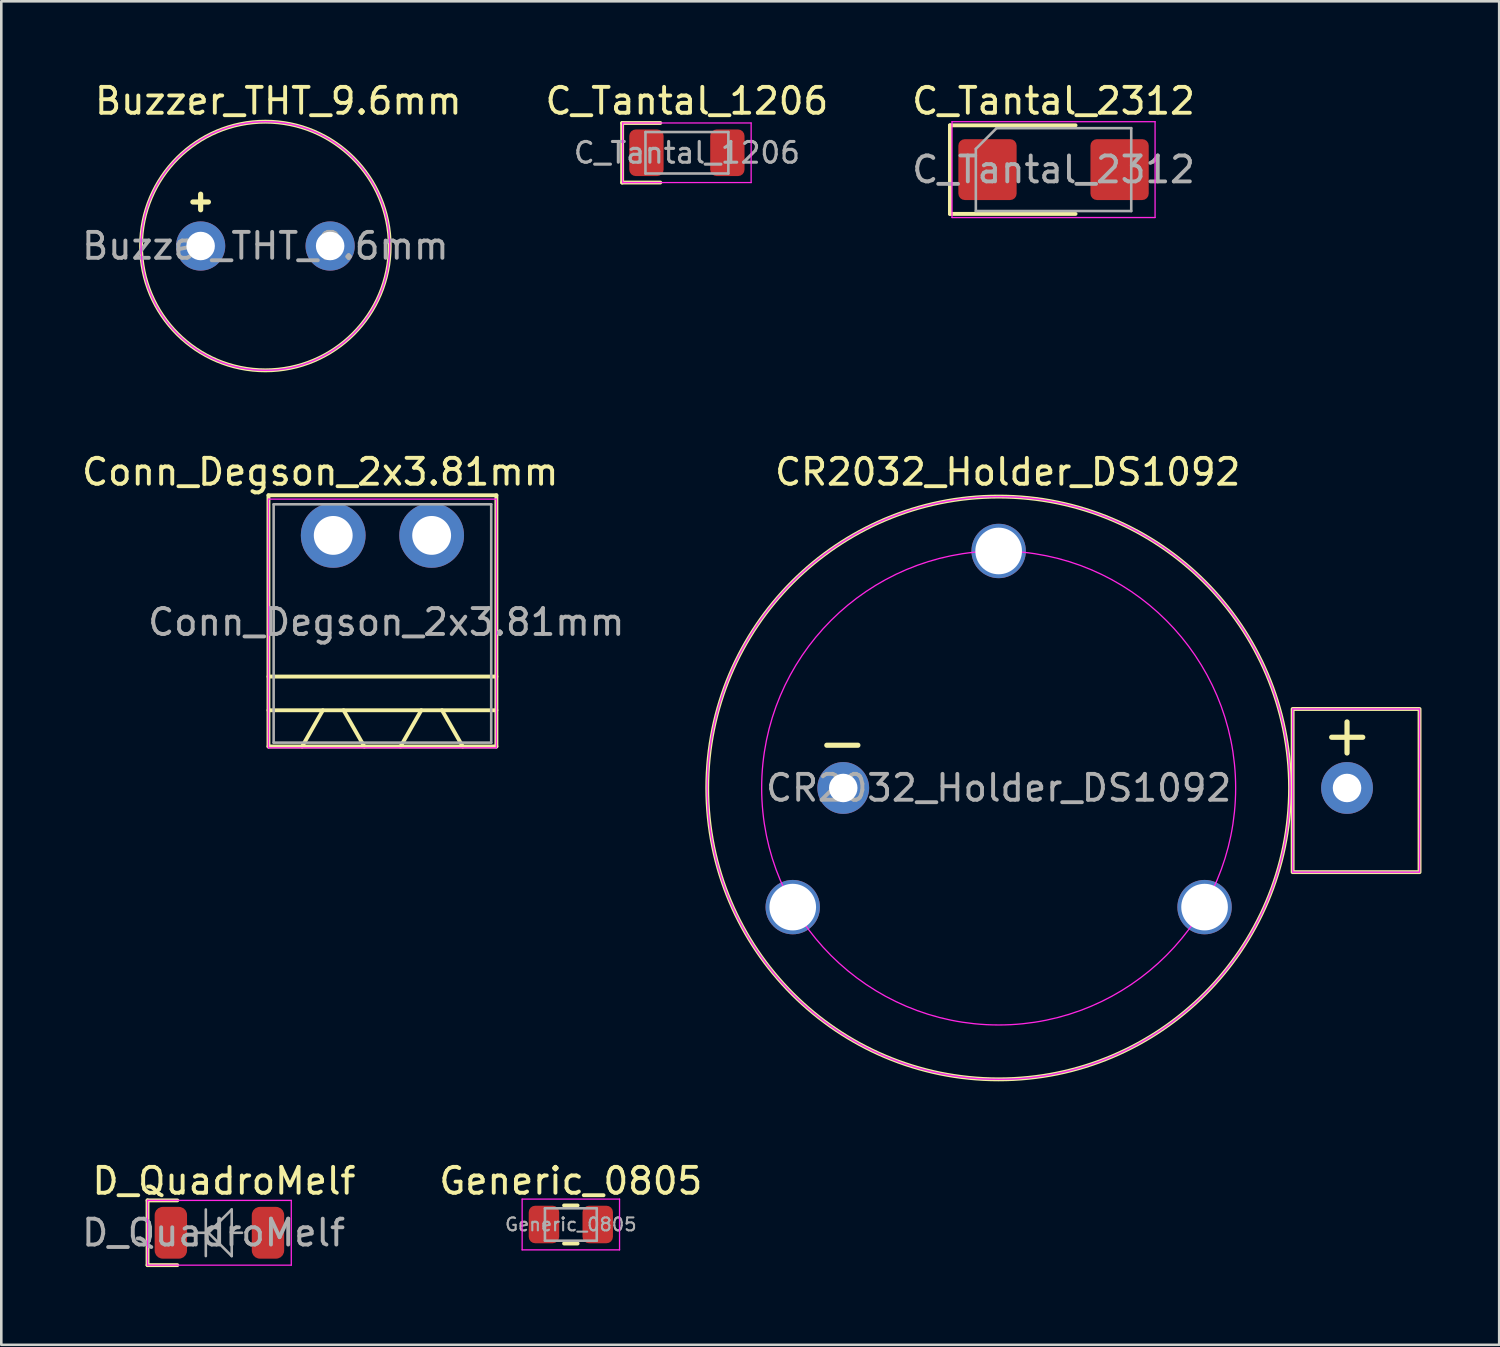
<source format=kicad_pcb>
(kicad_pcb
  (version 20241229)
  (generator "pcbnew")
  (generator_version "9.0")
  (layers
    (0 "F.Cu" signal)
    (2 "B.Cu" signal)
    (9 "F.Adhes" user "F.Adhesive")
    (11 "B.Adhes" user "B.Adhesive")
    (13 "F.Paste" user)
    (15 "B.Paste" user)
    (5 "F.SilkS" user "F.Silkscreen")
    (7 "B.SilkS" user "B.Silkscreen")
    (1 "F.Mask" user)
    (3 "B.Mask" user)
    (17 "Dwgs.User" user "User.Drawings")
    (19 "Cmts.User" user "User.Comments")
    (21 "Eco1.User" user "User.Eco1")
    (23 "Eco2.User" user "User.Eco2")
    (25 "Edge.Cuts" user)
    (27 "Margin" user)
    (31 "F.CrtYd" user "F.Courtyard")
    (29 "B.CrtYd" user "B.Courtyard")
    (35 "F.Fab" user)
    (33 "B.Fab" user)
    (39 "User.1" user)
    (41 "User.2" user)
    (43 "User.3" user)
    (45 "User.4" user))
  (footprint "Conn_Degson_2x3.81mm"
    (layer "F.Cu")
    (at 11.715 20.971)
    (property "Reference" "Conn_Degson_2x3.81mm" (at -2.4 -5.8 0) (unlocked yes) (layer "F.SilkS") (effects (font (size 1 1) (thickness 0.15))))
    (attr through_hole)
    (fp_line (start -4.4 -4.9) (end 4.4 -4.9) (stroke (width 0.15) (type default)) (layer "F.SilkS"))
    (fp_line (start -4.4 2.1) (end 4.4 2.1) (stroke (width 0.15) (type default)) (layer "F.SilkS"))
    (fp_line (start -4.4 3.4) (end 4.4 3.4) (stroke (width 0.15) (type default)) (layer "F.SilkS"))
    (fp_line (start -4.4 4.8) (end -4.4 -4.9) (stroke (width 0.15) (type default)) (layer "F.SilkS"))
    (fp_line (start -2.3 3.4) (end -3.1 4.8) (stroke (width 0.15) (type default)) (layer "F.SilkS"))
    (fp_line (start -1.5 3.4) (end -0.7 4.8) (stroke (width 0.15) (type default)) (layer "F.SilkS"))
    (fp_line (start 1.5 3.4) (end 0.7 4.8) (stroke (width 0.15) (type default)) (layer "F.SilkS"))
    (fp_line (start 2.3 3.4) (end 3.1 4.8) (stroke (width 0.15) (type default)) (layer "F.SilkS"))
    (fp_line (start 4.4 -4.9) (end 4.4 4.8) (stroke (width 0.15) (type default)) (layer "F.SilkS"))
    (fp_line (start 4.4 4.8) (end -4.4 4.8) (stroke (width 0.15) (type default)) (layer "F.SilkS"))
    (fp_line (start -4.4 -4.75) (end 4.4 -4.75) (stroke (width 0.05) (type default)) (layer "F.CrtYd"))
    (fp_line (start -4.4 4.85) (end -4.4 -4.75) (stroke (width 0.05) (type default)) (layer "F.CrtYd"))
    (fp_line (start 4.4 -4.75) (end 4.4 4.85) (stroke (width 0.05) (type default)) (layer "F.CrtYd"))
    (fp_line (start 4.4 4.85) (end -4.4 4.85) (stroke (width 0.05) (type default)) (layer "F.CrtYd"))
    (fp_line (start -4.2 -4.55) (end -4.2 4.65) (stroke (width 0.1) (type default)) (layer "F.Fab"))
    (fp_line (start -4.2 -4.55) (end 4.2 -4.55) (stroke (width 0.1) (type default)) (layer "F.Fab"))
    (fp_line (start -4.2 4.65) (end 4.2 4.65) (stroke (width 0.1) (type default)) (layer "F.Fab"))
    (fp_line (start 4.2 4.65) (end 4.2 -4.55) (stroke (width 0.1) (type default)) (layer "F.Fab"))
    (fp_text user "${REFERENCE}" (at 0.15 0 0) (unlocked yes) (layer "F.Fab") (effects (font (size 1 1) (thickness 0.15))))
    (pad "1" thru_hole circle (at -1.9 -3.35) (size 2.5 2.5) (drill 1.5) (layers "*.Cu" "*.Mask"))
    (pad "2" thru_hole circle (at 1.9 -3.35) (size 2.5 2.5) (drill 1.5) (layers "*.Cu" "*.Mask")))
  (footprint "CR2032_Holder_DS1092"
    (layer "F.Cu")
    (at 35.506 27.372)
    (property "Reference" "CR2032_Holder_DS1092" (at 0.35 -12.2 0) (unlocked yes) (layer "F.SilkS") (effects (font (size 1 1) (thickness 0.15))))
    (attr through_hole)
    (fp_line (start -6.635 -1.65) (end -5.435 -1.65) (stroke (width 0.2) (type default)) (layer "F.SilkS"))
    (fp_line (start 12.857 -1.958) (end 14.057 -1.958) (stroke (width 0.2) (type default)) (layer "F.SilkS"))
    (fp_line (start 13.45 -2.55) (end 13.45 -1.35) (stroke (width 0.2) (type default)) (layer "F.SilkS"))
    (fp_rect (start 11.35 -3.05) (end 16.25 3.25) (stroke (width 0.15) (type default)) (fill no) (layer "F.SilkS"))
    (fp_circle (center 0 0) (end 11.25 0) (stroke (width 0.15) (type default)) (fill no) (layer "F.SilkS"))
    (fp_rect (start 11.35 -3.05) (end 16.25 3.25) (stroke (width 0.05) (type default)) (fill no) (layer "F.CrtYd"))
    (fp_circle (center 0 0) (end 9.15 0) (stroke (width 0.05) (type default)) (fill no) (layer "F.CrtYd"))
    (fp_circle (center 0 0) (end 11.25 0) (stroke (width 0.05) (type default)) (fill no) (layer "F.CrtYd"))
    (fp_rect (start 11.35 -3.05) (end 16.25 3.25) (stroke (width 0.05) (type default)) (fill no) (layer "F.Fab"))
    (fp_circle (center 0 0) (end 11.25 0) (stroke (width 0.05) (type default)) (fill no) (layer "F.Fab"))
    (fp_text user "${REFERENCE}" (at 0 0 0) (unlocked yes) (layer "F.Fab") (effects (font (size 1 1) (thickness 0.15))))
    (pad "" np_thru_hole circle (at -7.95 4.6) (size 2.1 2.1) (drill 1.8) (layers "*.Cu" "*.Mask"))
    (pad "" np_thru_hole circle (at 0 -9.15) (size 2.1 2.1) (drill 1.8) (layers "*.Cu" "*.Mask"))
    (pad "" np_thru_hole circle (at 7.95 4.6) (size 2.1 2.1) (drill 1.8) (layers "*.Cu" "*.Mask"))
    (pad "1" thru_hole circle (at 13.45 0) (size 2 2) (drill 1.1) (layers "*.Cu" "*.Mask"))
    (pad "2" thru_hole circle (at -6 0) (size 2 2) (drill 1.1) (layers "*.Cu" "*.Mask")))
  (footprint "Buzzer_THT_9.6mm"
    (layer "F.Cu")
    (at 7.196 6.448)
    (property "Reference" "Buzzer_THT_9.6mm" (at 0.5 -5.6 0) (unlocked yes) (layer "F.SilkS") (effects (font (size 1 1) (thickness 0.15))))
    (attr through_hole)
    (fp_line (start -2.8 -1.7) (end -2.2 -1.7) (stroke (width 0.2) (type default)) (layer "F.SilkS"))
    (fp_line (start -2.5 -2) (end -2.5 -1.4) (stroke (width 0.2) (type default)) (layer "F.SilkS"))
    (fp_circle (center 0 0) (end 4.8 0) (stroke (width 0.15) (type default)) (fill no) (layer "F.SilkS"))
    (fp_circle (center 0 0) (end 4.8 0) (stroke (width 0.05) (type default)) (fill no) (layer "F.CrtYd"))
    (fp_circle (center 0 0) (end 4.8 0) (stroke (width 0.05) (type default)) (fill no) (layer "F.Fab"))
    (fp_text user "${REFERENCE}" (at 0 0 0) (unlocked yes) (layer "F.Fab") (effects (font (size 1 1) (thickness 0.15))))
    (pad "1" thru_hole circle (at -2.5 0) (size 1.9 1.9) (drill 1.1) (layers "*.Cu" "*.Mask"))
    (pad "2" thru_hole circle (at 2.5 0) (size 1.9 1.9) (drill 1.1) (layers "*.Cu" "*.Mask")))
  (footprint "C_Tantal_1206"
    (layer "F.Cu")
    (at 23.47 2.848)
    (property "Reference" "C_Tantal_1206" (at 0 -2 0) (layer "F.SilkS") (effects (font (size 1 1) (thickness 0.15))))
    (attr smd)
    (fp_line (start -2.5 -1.15) (end -1.027 -1.15) (stroke (width 0.15) (type solid)) (layer "F.SilkS"))
    (fp_line (start -2.5 1.15) (end -2.5 -1.15) (stroke (width 0.15) (type default)) (layer "F.SilkS"))
    (fp_line (start -2.5 1.15) (end -1.027 1.15) (stroke (width 0.15) (type solid)) (layer "F.SilkS"))
    (fp_line (start -2.48 -1.15) (end 2.48 -1.15) (stroke (width 0.05) (type solid)) (layer "F.CrtYd"))
    (fp_line (start -2.48 1.15) (end -2.48 -1.15) (stroke (width 0.05) (type solid)) (layer "F.CrtYd"))
    (fp_line (start 2.48 -1.15) (end 2.48 1.15) (stroke (width 0.05) (type solid)) (layer "F.CrtYd"))
    (fp_line (start 2.48 1.15) (end -2.48 1.15) (stroke (width 0.05) (type solid)) (layer "F.CrtYd"))
    (fp_line (start -1.6 -0.8) (end 1.6 -0.8) (stroke (width 0.1) (type solid)) (layer "F.Fab"))
    (fp_line (start -1.6 0.8) (end -1.6 -0.8) (stroke (width 0.1) (type solid)) (layer "F.Fab"))
    (fp_line (start 1.6 -0.8) (end 1.6 0.8) (stroke (width 0.1) (type solid)) (layer "F.Fab"))
    (fp_line (start 1.6 0.8) (end -1.6 0.8) (stroke (width 0.1) (type solid)) (layer "F.Fab"))
    (fp_text user "${REFERENCE}" (at 0 0 0) (layer "F.Fab") (effects (font (size 0.8 0.8) (thickness 0.12))))
    (pad "1" smd roundrect (at -1.562 0) (size 1.325 1.8) (layers "F.Cu" "F.Mask" "F.Paste") (roundrect_rratio 0.189))
    (pad "2" smd roundrect (at 1.562 0) (size 1.325 1.8) (layers "F.Cu" "F.Mask" "F.Paste") (roundrect_rratio 0.189)))
  (footprint "Generic_0805"
    (layer "F.Cu")
    (at 18.989 44.225)
    (property "Reference" "Generic_0805" (at 0 -1.68 0) (layer "F.SilkS") (effects (font (size 1 1) (thickness 0.15))))
    (attr smd)
    (fp_line (start -0.261 -0.735) (end 0.261 -0.735) (stroke (width 0.15) (type solid)) (layer "F.SilkS"))
    (fp_line (start -0.261 0.735) (end 0.261 0.735) (stroke (width 0.15) (type solid)) (layer "F.SilkS"))
    (fp_line (start -1.88 -0.98) (end 1.88 -0.98) (stroke (width 0.05) (type solid)) (layer "F.CrtYd"))
    (fp_line (start -1.88 0.98) (end -1.88 -0.98) (stroke (width 0.05) (type solid)) (layer "F.CrtYd"))
    (fp_line (start 1.88 -0.98) (end 1.88 0.98) (stroke (width 0.05) (type solid)) (layer "F.CrtYd"))
    (fp_line (start 1.88 0.98) (end -1.88 0.98) (stroke (width 0.05) (type solid)) (layer "F.CrtYd"))
    (fp_line (start -1 -0.625) (end 1 -0.625) (stroke (width 0.1) (type solid)) (layer "F.Fab"))
    (fp_line (start -1 0.625) (end -1 -0.625) (stroke (width 0.1) (type solid)) (layer "F.Fab"))
    (fp_line (start 1 -0.625) (end 1 0.625) (stroke (width 0.1) (type solid)) (layer "F.Fab"))
    (fp_line (start 1 0.625) (end -1 0.625) (stroke (width 0.1) (type solid)) (layer "F.Fab"))
    (fp_text user "${REFERENCE}" (at 0 0 0) (layer "F.Fab") (effects (font (size 0.5 0.5) (thickness 0.08))))
    (pad "1" smd roundrect (at -1.038 0) (size 1.175 1.45) (layers "F.Cu" "F.Mask" "F.Paste") (roundrect_rratio 0.213))
    (pad "2" smd roundrect (at 1.038 0) (size 1.175 1.45) (layers "F.Cu" "F.Mask" "F.Paste") (roundrect_rratio 0.213)))
  (footprint "C_Tantal_2312"
    (layer "F.Cu")
    (at 37.625 3.498)
    (property "Reference" "C_Tantal_2312" (at 0 -2.65 0) (layer "F.SilkS") (effects (font (size 1 1) (thickness 0.15))))
    (attr smd)
    (fp_line (start -4 -1.71) (end -4 1.71) (stroke (width 0.15) (type solid)) (layer "F.SilkS"))
    (fp_line (start -4 1.71) (end 0.85 1.71) (stroke (width 0.15) (type solid)) (layer "F.SilkS"))
    (fp_line (start 0.85 -1.71) (end -4 -1.71) (stroke (width 0.15) (type solid)) (layer "F.SilkS"))
    (fp_line (start -3.92 -1.85) (end 3.92 -1.85) (stroke (width 0.05) (type solid)) (layer "F.CrtYd"))
    (fp_line (start -3.92 1.85) (end -3.92 -1.85) (stroke (width 0.05) (type solid)) (layer "F.CrtYd"))
    (fp_line (start 3.92 -1.85) (end 3.92 1.85) (stroke (width 0.05) (type solid)) (layer "F.CrtYd"))
    (fp_line (start 3.92 1.85) (end -3.92 1.85) (stroke (width 0.05) (type solid)) (layer "F.CrtYd"))
    (fp_line (start -3 -0.8) (end -3 1.6) (stroke (width 0.1) (type solid)) (layer "F.Fab"))
    (fp_line (start -3 1.6) (end 3 1.6) (stroke (width 0.1) (type solid)) (layer "F.Fab"))
    (fp_line (start -2.2 -1.6) (end -3 -0.8) (stroke (width 0.1) (type solid)) (layer "F.Fab"))
    (fp_line (start 3 -1.6) (end -2.2 -1.6) (stroke (width 0.1) (type solid)) (layer "F.Fab"))
    (fp_line (start 3 1.6) (end 3 -1.6) (stroke (width 0.1) (type solid)) (layer "F.Fab"))
    (fp_text user "${REFERENCE}" (at 0 0 0) (layer "F.Fab") (effects (font (size 1 1) (thickness 0.15))))
    (pad "1" smd roundrect (at -2.55 0) (size 2.25 2.35) (layers "F.Cu" "F.Mask" "F.Paste") (roundrect_rratio 0.111))
    (pad "2" smd roundrect (at 2.55 0) (size 2.25 2.35) (layers "F.Cu" "F.Mask" "F.Paste") (roundrect_rratio 0.111)))
  (footprint "D_QuadroMelf"
    (layer "F.Cu")
    (at 5.396 44.545)
    (property "Reference" "D_QuadroMelf" (at 0.2 -2 0) (unlocked yes) (layer "F.SilkS") (effects (font (size 1 1) (thickness 0.15))))
    (attr smd)
    (fp_line (start -2.75 -1.25) (end -2.75 1.25) (stroke (width 0.15) (type default)) (layer "F.SilkS"))
    (fp_line (start -2.75 -1.25) (end -1.6 -1.25) (stroke (width 0.15) (type default)) (layer "F.SilkS"))
    (fp_line (start -2.75 1.25) (end -1.6 1.25) (stroke (width 0.15) (type default)) (layer "F.SilkS"))
    (fp_line (start -2.75 -1.25) (end 2.8 -1.25) (stroke (width 0.05) (type default)) (layer "F.CrtYd"))
    (fp_line (start -2.75 1.25) (end -2.75 -1.25) (stroke (width 0.05) (type default)) (layer "F.CrtYd"))
    (fp_line (start 2.8 -1.25) (end 2.8 1.25) (stroke (width 0.05) (type default)) (layer "F.CrtYd"))
    (fp_line (start 2.8 1.25) (end -2.75 1.25) (stroke (width 0.05) (type default)) (layer "F.CrtYd"))
    (fp_line (start -0.5 -0.9) (end -0.5 0.9) (stroke (width 0.1) (type default)) (layer "F.Fab"))
    (fp_line (start -0.5 0) (end -0.9 0) (stroke (width 0.1) (type default)) (layer "F.Fab"))
    (fp_line (start -0.4 0) (end 0.5 0.9) (stroke (width 0.1) (type default)) (layer "F.Fab"))
    (fp_line (start 0.5 -0.9) (end -0.4 0) (stroke (width 0.1) (type default)) (layer "F.Fab"))
    (fp_line (start 0.5 0) (end 0.9 0) (stroke (width 0.1) (type default)) (layer "F.Fab"))
    (fp_line (start 0.5 0.9) (end 0.5 -0.9) (stroke (width 0.1) (type default)) (layer "F.Fab"))
    (fp_text user "${REFERENCE}" (at -0.2 0 0) (unlocked yes) (layer "F.Fab") (effects (font (size 1 1) (thickness 0.15))))
    (pad "1" smd roundrect (at -1.85 0) (size 1.25 2) (layers "F.Cu" "F.Mask" "F.Paste") (roundrect_rratio 0.25))
    (pad "2" smd roundrect (at 1.9 0) (size 1.25 2) (layers "F.Cu" "F.Mask" "F.Paste") (roundrect_rratio 0.25)))
  (gr_rect
    (start -3 -3)
    (end 54.831 48.87)
    (stroke (width 0.1) (type default))
    (fill no)
    (layer "Edge.Cuts")))
</source>
